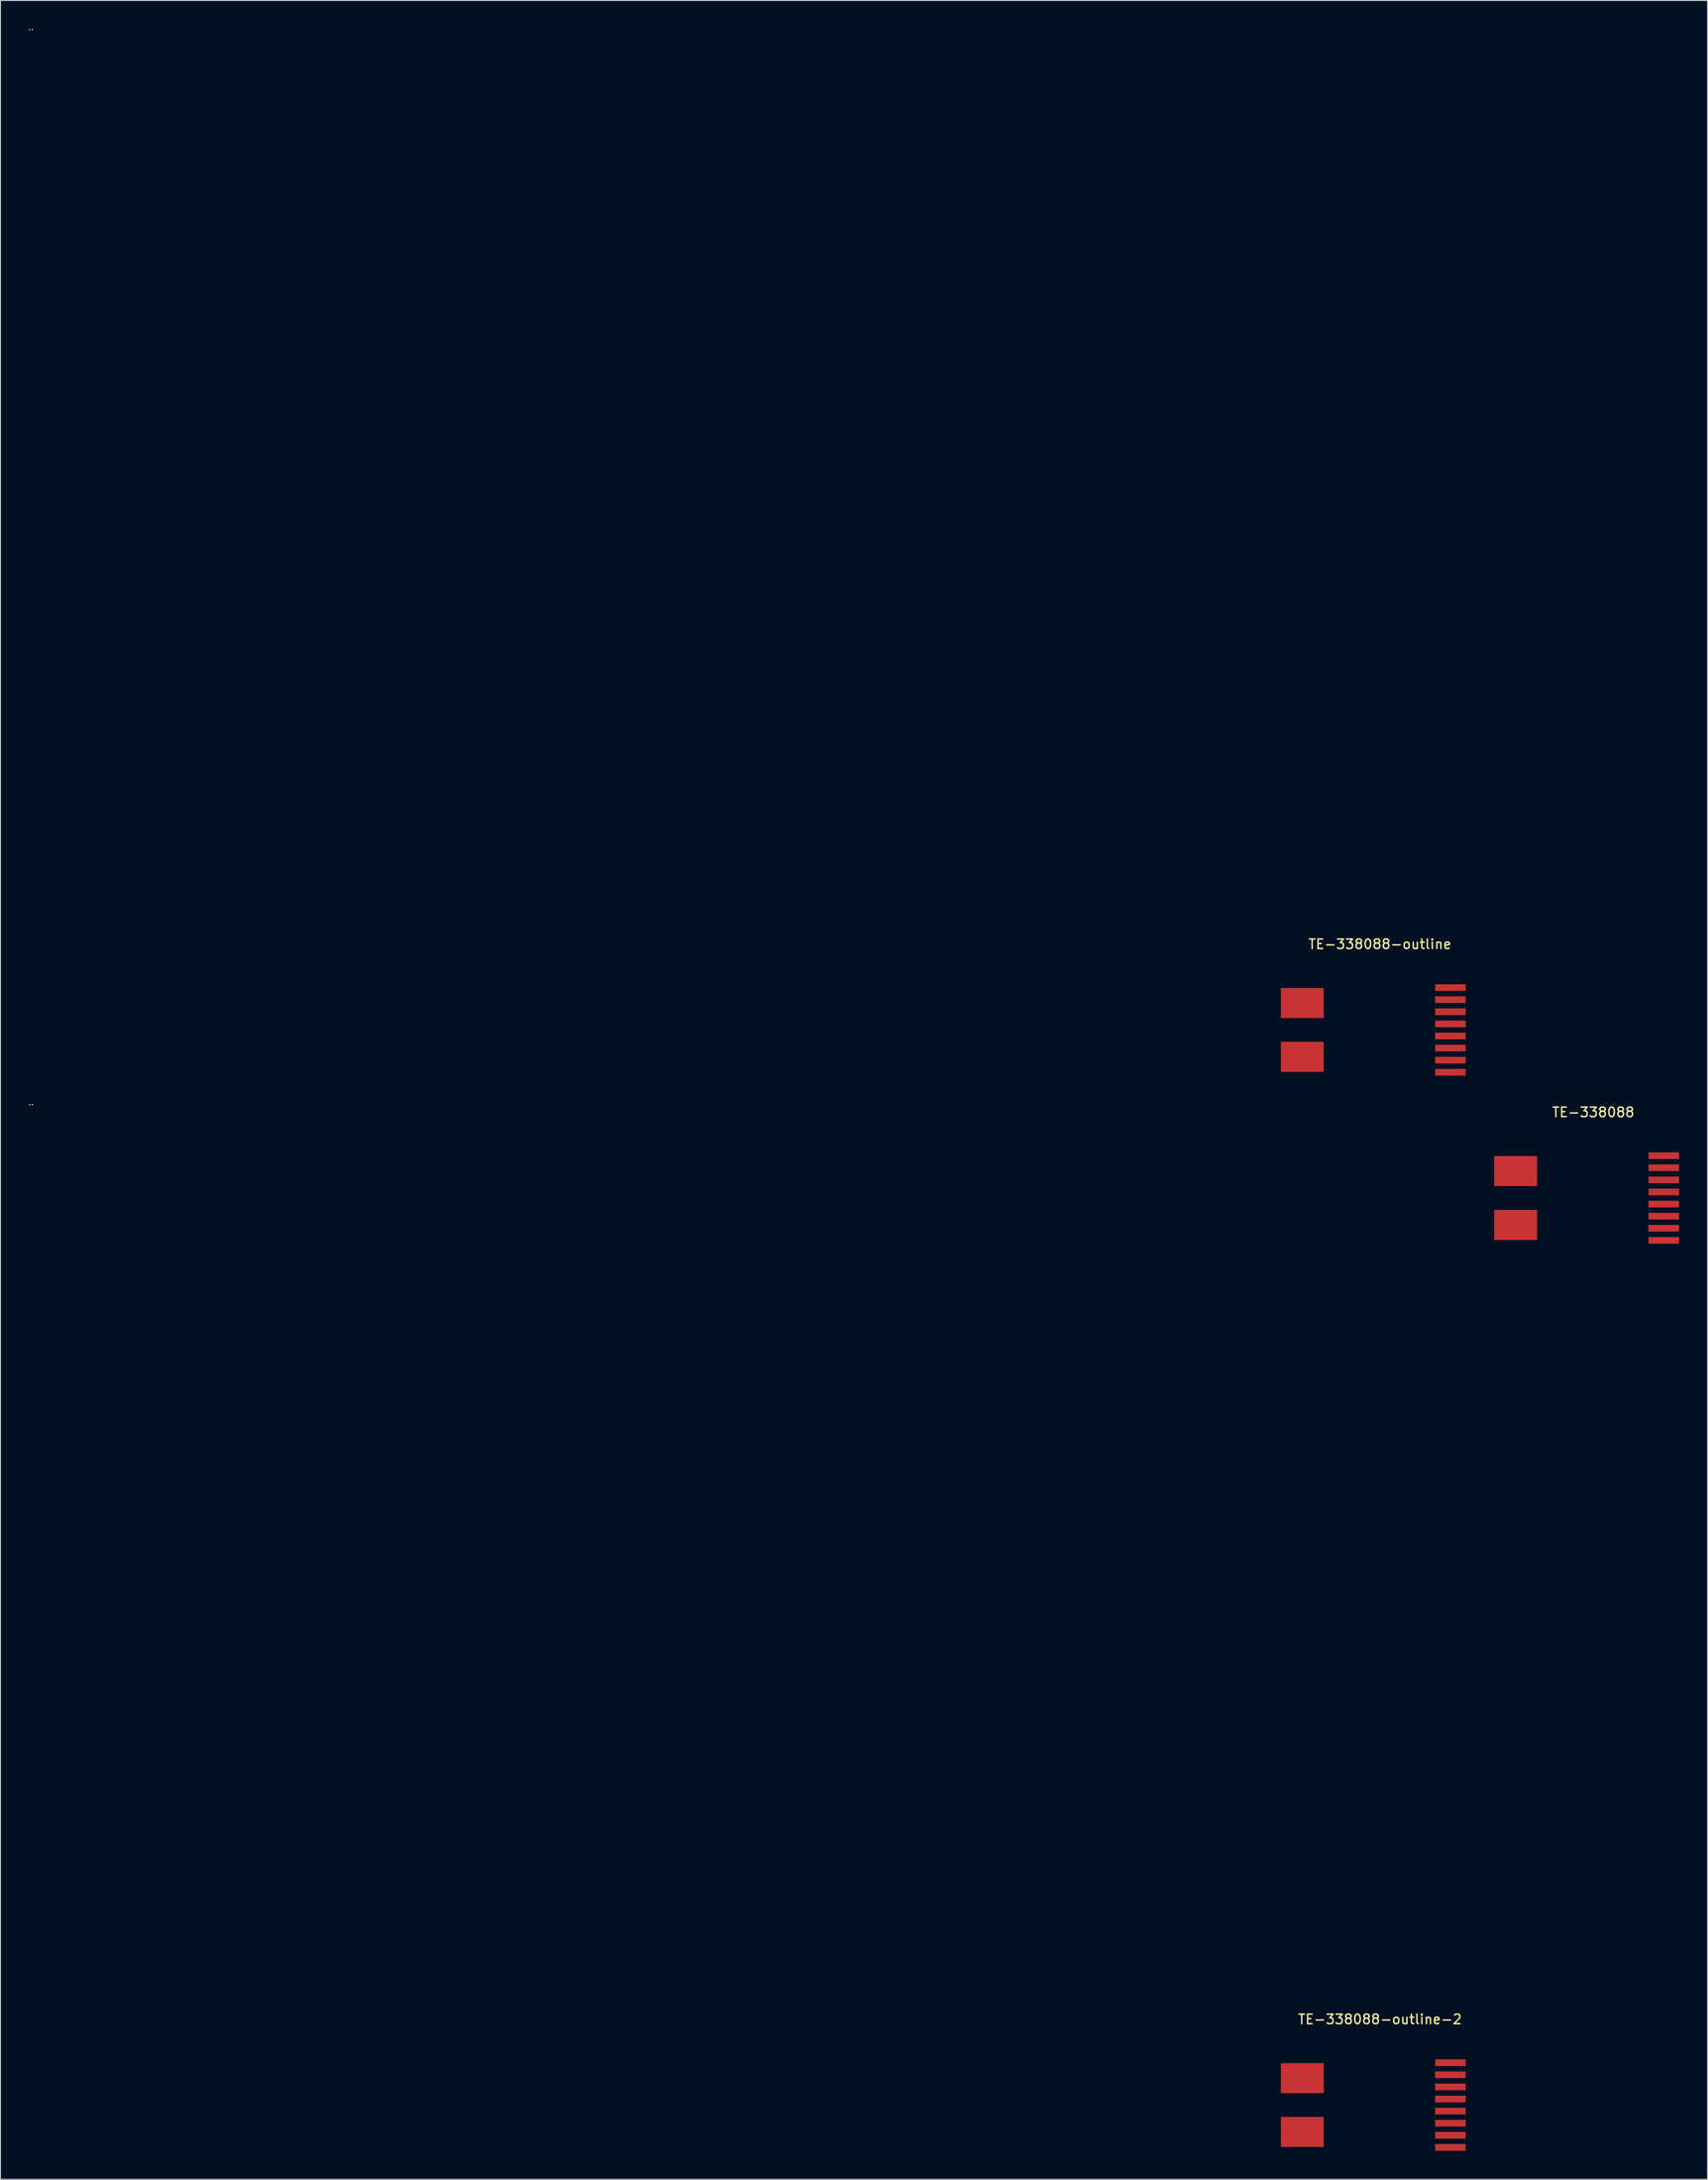
<source format=kicad_pcb>
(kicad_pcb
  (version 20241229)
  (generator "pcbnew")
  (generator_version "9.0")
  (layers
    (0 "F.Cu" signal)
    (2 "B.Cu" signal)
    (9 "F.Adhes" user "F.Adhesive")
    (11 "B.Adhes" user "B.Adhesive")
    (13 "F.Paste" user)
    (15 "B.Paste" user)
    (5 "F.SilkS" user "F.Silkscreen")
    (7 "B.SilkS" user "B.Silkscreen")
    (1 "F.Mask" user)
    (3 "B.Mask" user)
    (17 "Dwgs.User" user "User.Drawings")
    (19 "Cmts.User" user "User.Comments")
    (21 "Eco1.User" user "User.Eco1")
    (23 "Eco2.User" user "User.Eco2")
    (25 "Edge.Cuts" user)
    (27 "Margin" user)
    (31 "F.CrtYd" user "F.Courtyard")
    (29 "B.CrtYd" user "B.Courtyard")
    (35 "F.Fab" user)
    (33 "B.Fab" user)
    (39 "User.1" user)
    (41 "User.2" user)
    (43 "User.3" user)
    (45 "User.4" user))
  (footprint "TE-338088-outline-2"
    (layer "F.Cu")
    (at 141.85 217.895)
    (property "Reference" "TE-338088-outline-2" (at 0 -9 0) (layer "F.SilkS") (effects (font (size 1 1) (thickness 0.15))))
    (attr through_hole)
    (fp_line (start -141.8 -105) (end -141.8 -105) (stroke (width 0.1) (type solid)) (layer "F.SilkS"))
    (fp_line (start -141.8 -105) (end -141.8 -105) (stroke (width 0.1) (type solid)) (layer "F.SilkS"))
    (fp_line (start -141.8 -105) (end -141.8 -105) (stroke (width 0.1) (type solid)) (layer "F.SilkS"))
    (fp_line (start -141.8 -105) (end -141.8 -105) (stroke (width 0.1) (type solid)) (layer "F.SilkS"))
    (fp_line (start -141.8 -105) (end -141.8 -105) (stroke (width 0.1) (type solid)) (layer "F.SilkS"))
    (fp_line (start -141.8 -105) (end -141.8 -105) (stroke (width 0.1) (type solid)) (layer "F.SilkS"))
    (fp_line (start -141.8 -105) (end -141.8 -105) (stroke (width 0.1) (type solid)) (layer "F.SilkS"))
    (fp_line (start -141.8 -105) (end -141.8 -105) (stroke (width 0.1) (type solid)) (layer "F.SilkS"))
    (fp_line (start -141.8 -105) (end -141.8 -105) (stroke (width 0.1) (type solid)) (layer "F.SilkS"))
    (fp_line (start -141.8 -105) (end -141.8 -105) (stroke (width 0.1) (type solid)) (layer "F.SilkS"))
    (fp_line (start -141.8 -105) (end -141.8 -105) (stroke (width 0.1) (type solid)) (layer "F.SilkS"))
    (fp_line (start -141.8 -105) (end -141.8 -105) (stroke (width 0.1) (type solid)) (layer "F.SilkS"))
    (fp_line (start -141.8 -105) (end -141.8 -105) (stroke (width 0.1) (type solid)) (layer "F.SilkS"))
    (fp_line (start -141.8 -105) (end -141.8 -105) (stroke (width 0.1) (type solid)) (layer "F.SilkS"))
    (fp_line (start -141.8 -105) (end -141.8 -105) (stroke (width 0.1) (type solid)) (layer "F.SilkS"))
    (fp_line (start -141.8 -105) (end -141.8 -105) (stroke (width 0.1) (type solid)) (layer "F.SilkS"))
    (fp_line (start -141.5 -105) (end -141.5 -105) (stroke (width 0.1) (type solid)) (layer "F.SilkS"))
    (fp_line (start -141.5 -105) (end -141.5 -105) (stroke (width 0.1) (type solid)) (layer "F.SilkS"))
    (fp_line (start -141.5 -105) (end -141.5 -105) (stroke (width 0.1) (type solid)) (layer "F.SilkS"))
    (fp_line (start -141.5 -105) (end -141.5 -105) (stroke (width 0.1) (type solid)) (layer "F.SilkS"))
    (fp_line (start -141.5 -105) (end -141.5 -105) (stroke (width 0.1) (type solid)) (layer "F.SilkS"))
    (fp_line (start -141.5 -105) (end -141.5 -105) (stroke (width 0.1) (type solid)) (layer "F.SilkS"))
    (fp_line (start -141.5 -105) (end -141.5 -105) (stroke (width 0.1) (type solid)) (layer "F.SilkS"))
    (fp_line (start -141.5 -105) (end -141.5 -105) (stroke (width 0.1) (type solid)) (layer "F.SilkS"))
    (pad "1" smd rect (at 9 -4.445) (size 3.2 0.7) (drill (offset -1.6 0)) (layers "F.Cu" "F.Mask" "F.Paste"))
    (pad "2" smd rect (at 9 -3.175) (size 3.2 0.7) (drill (offset -1.6 0)) (layers "F.Cu" "F.Mask" "F.Paste"))
    (pad "3" smd rect (at 9 -1.905) (size 3.2 0.7) (drill (offset -1.6 0)) (layers "F.Cu" "F.Mask" "F.Paste"))
    (pad "4" smd rect (at 9 -0.635) (size 3.2 0.7) (drill (offset -1.6 0)) (layers "F.Cu" "F.Mask" "F.Paste"))
    (pad "5" smd rect (at 9 0.635) (size 3.2 0.7) (drill (offset -1.6 0)) (layers "F.Cu" "F.Mask" "F.Paste"))
    (pad "6" smd rect (at 9 1.905) (size 3.2 0.7) (drill (offset -1.6 0)) (layers "F.Cu" "F.Mask" "F.Paste"))
    (pad "7" smd rect (at 9 3.175) (size 3.2 0.7) (drill (offset -1.6 0)) (layers "F.Cu" "F.Mask" "F.Paste"))
    (pad "8" smd rect (at 9 4.445) (size 3.2 0.7) (drill (offset -1.6 0)) (layers "F.Cu" "F.Mask" "F.Paste"))
    (pad "9" smd rect (at -10.4 -1.25) (size 4.5 3.15) (drill (offset 2.25 -1.575)) (layers "F.Cu" "F.Mask" "F.Paste"))
    (pad "9" smd rect (at -10.4 1.25) (size 4.5 3.15) (drill (offset 2.25 1.575)) (layers "F.Cu" "F.Mask" "F.Paste")))
  (footprint "TE-338088"
    (layer "F.Cu")
    (at 164.25 122.693)
    (property "Reference" "TE-338088" (at 0 -9 0) (layer "F.SilkS") (effects (font (size 1 1) (thickness 0.15))))
    (attr through_hole)
    (pad "1" smd rect (at 9 -4.445) (size 3.2 0.7) (drill (offset -1.6 0)) (layers "F.Cu" "F.Mask" "F.Paste"))
    (pad "2" smd rect (at 9 -3.175) (size 3.2 0.7) (drill (offset -1.6 0)) (layers "F.Cu" "F.Mask" "F.Paste"))
    (pad "3" smd rect (at 9 -1.905) (size 3.2 0.7) (drill (offset -1.6 0)) (layers "F.Cu" "F.Mask" "F.Paste"))
    (pad "4" smd rect (at 9 -0.635) (size 3.2 0.7) (drill (offset -1.6 0)) (layers "F.Cu" "F.Mask" "F.Paste"))
    (pad "5" smd rect (at 9 0.635) (size 3.2 0.7) (drill (offset -1.6 0)) (layers "F.Cu" "F.Mask" "F.Paste"))
    (pad "6" smd rect (at 9 1.905) (size 3.2 0.7) (drill (offset -1.6 0)) (layers "F.Cu" "F.Mask" "F.Paste"))
    (pad "7" smd rect (at 9 3.175) (size 3.2 0.7) (drill (offset -1.6 0)) (layers "F.Cu" "F.Mask" "F.Paste"))
    (pad "8" smd rect (at 9 4.445) (size 3.2 0.7) (drill (offset -1.6 0)) (layers "F.Cu" "F.Mask" "F.Paste"))
    (pad "9" smd rect (at -10.4 -1.25) (size 4.5 3.15) (drill (offset 2.25 -1.575)) (layers "F.Cu" "F.Mask" "F.Paste"))
    (pad "9" smd rect (at -10.4 1.25) (size 4.5 3.15) (drill (offset 2.25 1.575)) (layers "F.Cu" "F.Mask" "F.Paste")))
  (footprint "TE-338088-outline"
    (layer "F.Cu")
    (at 141.85 105.05)
    (property "Reference" "TE-338088-outline" (at 0 -9 0) (layer "F.SilkS") (effects (font (size 1 1) (thickness 0.15))))
    (attr through_hole)
    (fp_line (start -141.8 -105) (end -141.8 -105) (stroke (width 0.1) (type solid)) (layer "F.SilkS"))
    (fp_line (start -141.8 -105) (end -141.8 -105) (stroke (width 0.1) (type solid)) (layer "F.SilkS"))
    (fp_line (start -141.8 -105) (end -141.8 -105) (stroke (width 0.1) (type solid)) (layer "F.SilkS"))
    (fp_line (start -141.8 -105) (end -141.8 -105) (stroke (width 0.1) (type solid)) (layer "F.SilkS"))
    (fp_line (start -141.8 -105) (end -141.8 -105) (stroke (width 0.1) (type solid)) (layer "F.SilkS"))
    (fp_line (start -141.8 -105) (end -141.8 -105) (stroke (width 0.1) (type solid)) (layer "F.SilkS"))
    (fp_line (start -141.8 -105) (end -141.8 -105) (stroke (width 0.1) (type solid)) (layer "F.SilkS"))
    (fp_line (start -141.8 -105) (end -141.8 -105) (stroke (width 0.1) (type solid)) (layer "F.SilkS"))
    (fp_line (start -141.8 -105) (end -141.8 -105) (stroke (width 0.1) (type solid)) (layer "F.SilkS"))
    (fp_line (start -141.8 -105) (end -141.8 -105) (stroke (width 0.1) (type solid)) (layer "F.SilkS"))
    (fp_line (start -141.8 -105) (end -141.8 -105) (stroke (width 0.1) (type solid)) (layer "F.SilkS"))
    (fp_line (start -141.8 -105) (end -141.8 -105) (stroke (width 0.1) (type solid)) (layer "F.SilkS"))
    (fp_line (start -141.8 -105) (end -141.8 -105) (stroke (width 0.1) (type solid)) (layer "F.SilkS"))
    (fp_line (start -141.8 -105) (end -141.8 -105) (stroke (width 0.1) (type solid)) (layer "F.SilkS"))
    (fp_line (start -141.8 -105) (end -141.8 -105) (stroke (width 0.1) (type solid)) (layer "F.SilkS"))
    (fp_line (start -141.8 -105) (end -141.8 -105) (stroke (width 0.1) (type solid)) (layer "F.SilkS"))
    (fp_line (start -141.5 -105) (end -141.5 -105) (stroke (width 0.1) (type solid)) (layer "F.SilkS"))
    (fp_line (start -141.5 -105) (end -141.5 -105) (stroke (width 0.1) (type solid)) (layer "F.SilkS"))
    (fp_line (start -141.5 -105) (end -141.5 -105) (stroke (width 0.1) (type solid)) (layer "F.SilkS"))
    (fp_line (start -141.5 -105) (end -141.5 -105) (stroke (width 0.1) (type solid)) (layer "F.SilkS"))
    (fp_line (start -141.5 -105) (end -141.5 -105) (stroke (width 0.1) (type solid)) (layer "F.SilkS"))
    (fp_line (start -141.5 -105) (end -141.5 -105) (stroke (width 0.1) (type solid)) (layer "F.SilkS"))
    (fp_line (start -141.5 -105) (end -141.5 -105) (stroke (width 0.1) (type solid)) (layer "F.SilkS"))
    (fp_line (start -141.5 -105) (end -141.5 -105) (stroke (width 0.1) (type solid)) (layer "F.SilkS"))
    (pad "1" smd rect (at 9 -4.445) (size 3.2 0.7) (drill (offset -1.6 0)) (layers "F.Cu" "F.Mask" "F.Paste"))
    (pad "2" smd rect (at 9 -3.175) (size 3.2 0.7) (drill (offset -1.6 0)) (layers "F.Cu" "F.Mask" "F.Paste"))
    (pad "3" smd rect (at 9 -1.905) (size 3.2 0.7) (drill (offset -1.6 0)) (layers "F.Cu" "F.Mask" "F.Paste"))
    (pad "4" smd rect (at 9 -0.635) (size 3.2 0.7) (drill (offset -1.6 0)) (layers "F.Cu" "F.Mask" "F.Paste"))
    (pad "5" smd rect (at 9 0.635) (size 3.2 0.7) (drill (offset -1.6 0)) (layers "F.Cu" "F.Mask" "F.Paste"))
    (pad "6" smd rect (at 9 1.905) (size 3.2 0.7) (drill (offset -1.6 0)) (layers "F.Cu" "F.Mask" "F.Paste"))
    (pad "7" smd rect (at 9 3.175) (size 3.2 0.7) (drill (offset -1.6 0)) (layers "F.Cu" "F.Mask" "F.Paste"))
    (pad "8" smd rect (at 9 4.445) (size 3.2 0.7) (drill (offset -1.6 0)) (layers "F.Cu" "F.Mask" "F.Paste"))
    (pad "9" smd rect (at -10.4 -1.25) (size 4.5 3.15) (drill (offset 2.25 -1.575)) (layers "F.Cu" "F.Mask" "F.Paste"))
    (pad "9" smd rect (at -10.4 1.25) (size 4.5 3.15) (drill (offset 2.25 1.575)) (layers "F.Cu" "F.Mask" "F.Paste")))
  (gr_rect
    (start -3 -3)
    (end 176.25 225.69)
    (stroke (width 0.1) (type default))
    (fill no)
    (layer "Edge.Cuts")))
</source>
